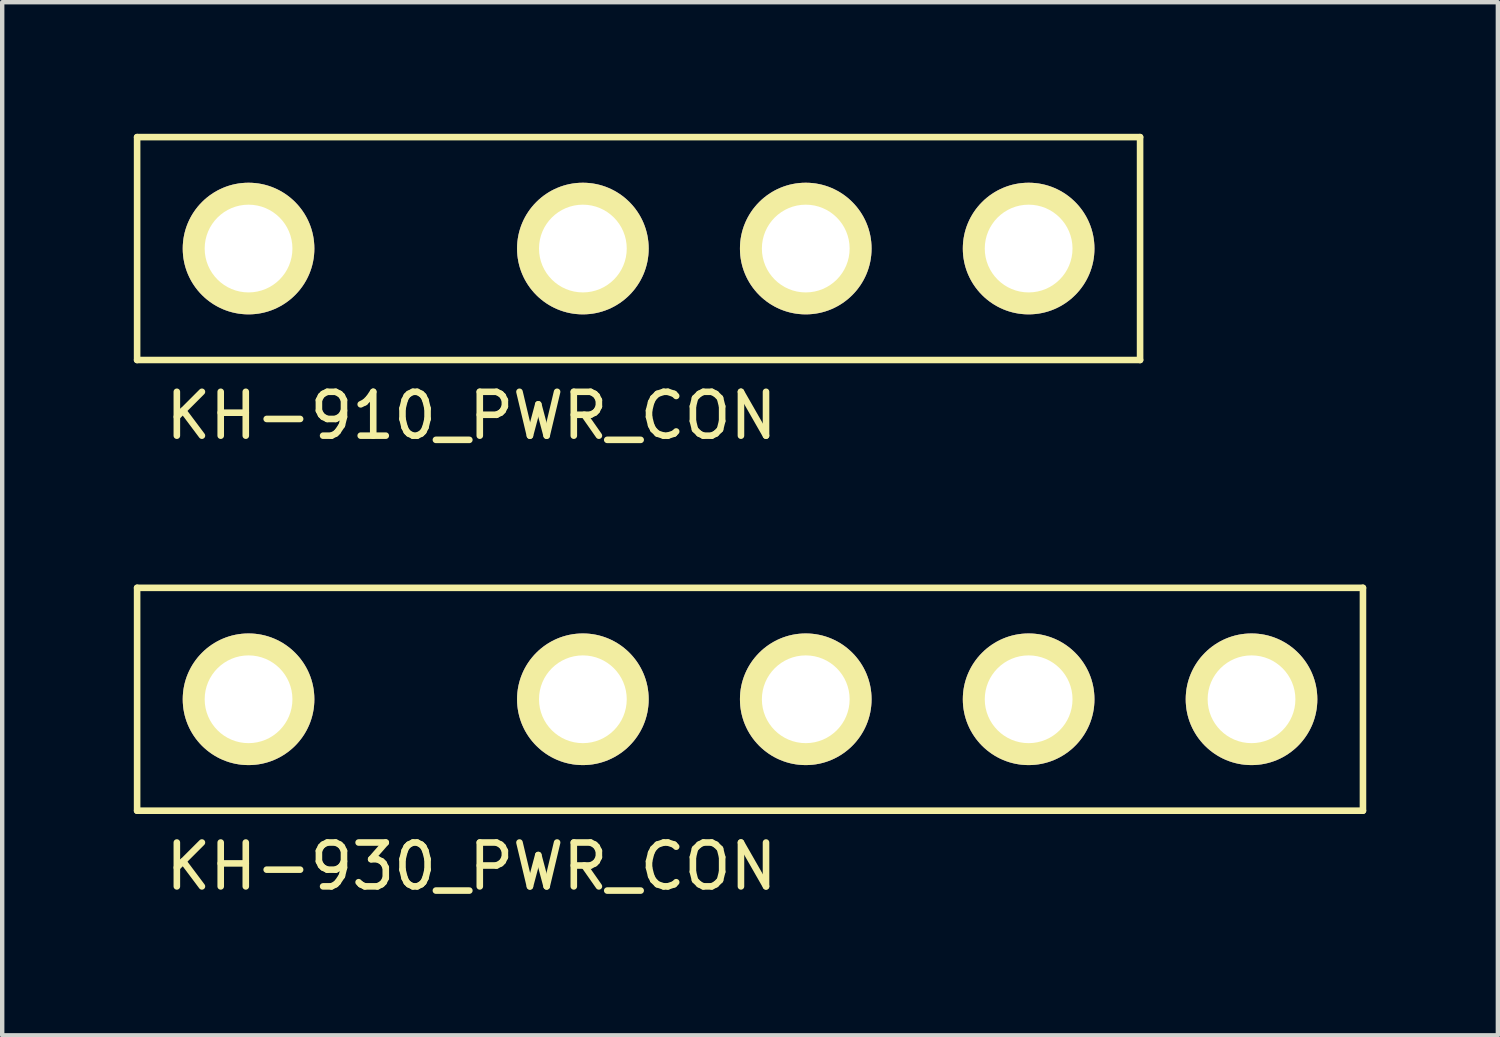
<source format=kicad_pcb>
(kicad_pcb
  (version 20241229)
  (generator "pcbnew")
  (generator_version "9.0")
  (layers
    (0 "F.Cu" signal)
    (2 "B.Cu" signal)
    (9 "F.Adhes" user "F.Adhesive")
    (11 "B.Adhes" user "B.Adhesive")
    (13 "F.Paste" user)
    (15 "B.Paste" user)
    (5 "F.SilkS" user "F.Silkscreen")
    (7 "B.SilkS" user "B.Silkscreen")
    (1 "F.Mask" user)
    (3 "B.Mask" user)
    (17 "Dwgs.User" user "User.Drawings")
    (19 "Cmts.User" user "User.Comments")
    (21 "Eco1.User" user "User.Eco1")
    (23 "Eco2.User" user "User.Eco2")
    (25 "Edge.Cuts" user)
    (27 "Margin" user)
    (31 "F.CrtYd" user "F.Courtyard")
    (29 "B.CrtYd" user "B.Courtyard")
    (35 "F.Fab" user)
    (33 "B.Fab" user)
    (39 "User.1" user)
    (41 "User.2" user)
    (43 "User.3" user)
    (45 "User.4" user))
  (footprint "KH-930_PWR_CON"
    (layer "F.Cu")
    (at 2.615 12.888)
    (property "Reference" "KH-930_PWR_CON" (at 5.08 3.81 0) (layer "F.SilkS") (effects (font (size 1 1) (thickness 0.15))))
    (attr through_hole)
    (fp_line (start -2.54 -2.54) (end 25.4 -2.54) (stroke (width 0.15) (type solid)) (layer "F.SilkS"))
    (fp_line (start -2.54 2.54) (end -2.54 -2.54) (stroke (width 0.15) (type solid)) (layer "F.SilkS"))
    (fp_line (start 25.4 -2.54) (end 25.4 2.54) (stroke (width 0.15) (type solid)) (layer "F.SilkS"))
    (fp_line (start 25.4 2.54) (end -2.54 2.54) (stroke (width 0.15) (type solid)) (layer "F.SilkS"))
    (pad "1" thru_hole circle (at 0 0) (size 3 3) (drill 2) (layers "*.Cu" "*.Mask" "F.SilkS"))
    (pad "2" thru_hole circle (at 7.62 0) (size 3 3) (drill 2) (layers "*.Cu" "*.Mask" "F.SilkS"))
    (pad "3" thru_hole circle (at 12.7 0) (size 3 3) (drill 2) (layers "*.Cu" "*.Mask" "F.SilkS"))
    (pad "4" thru_hole circle (at 17.78 0) (size 3 3) (drill 2) (layers "*.Cu" "*.Mask" "F.SilkS"))
    (pad "5" thru_hole circle (at 22.86 0) (size 3 3) (drill 2) (layers "*.Cu" "*.Mask" "F.SilkS")))
  (footprint "KH-910_PWR_CON"
    (layer "F.Cu")
    (at 2.615 2.615)
    (property "Reference" "KH-910_PWR_CON" (at 5.08 3.81 0) (layer "F.SilkS") (effects (font (size 1 1) (thickness 0.15))))
    (attr through_hole)
    (fp_line (start -2.54 -2.54) (end 20.32 -2.54) (stroke (width 0.15) (type solid)) (layer "F.SilkS"))
    (fp_line (start -2.54 2.54) (end -2.54 -2.54) (stroke (width 0.15) (type solid)) (layer "F.SilkS"))
    (fp_line (start 20.32 -2.54) (end 20.32 2.54) (stroke (width 0.15) (type solid)) (layer "F.SilkS"))
    (fp_line (start 20.32 2.54) (end -2.54 2.54) (stroke (width 0.15) (type solid)) (layer "F.SilkS"))
    (pad "1" thru_hole circle (at 0 0) (size 3 3) (drill 2) (layers "*.Cu" "*.Mask" "F.SilkS"))
    (pad "2" thru_hole circle (at 7.62 0) (size 3 3) (drill 2) (layers "*.Cu" "*.Mask" "F.SilkS"))
    (pad "3" thru_hole circle (at 12.7 0) (size 3 3) (drill 2) (layers "*.Cu" "*.Mask" "F.SilkS"))
    (pad "4" thru_hole circle (at 17.78 0) (size 3 3) (drill 2) (layers "*.Cu" "*.Mask" "F.SilkS")))
  (gr_rect
    (start -3 -3)
    (end 31.09 20.547)
    (stroke (width 0.1) (type default))
    (fill no)
    (layer "Edge.Cuts")))
</source>
